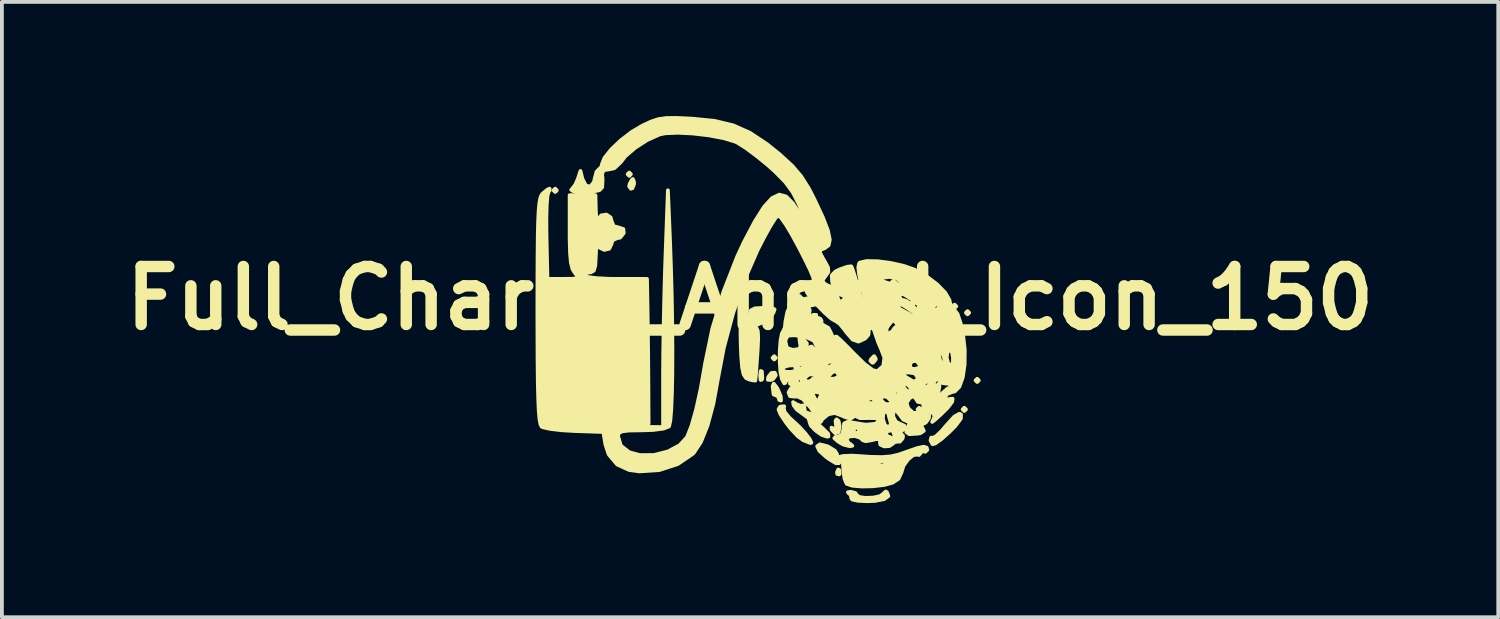
<source format=kicad_pcb>
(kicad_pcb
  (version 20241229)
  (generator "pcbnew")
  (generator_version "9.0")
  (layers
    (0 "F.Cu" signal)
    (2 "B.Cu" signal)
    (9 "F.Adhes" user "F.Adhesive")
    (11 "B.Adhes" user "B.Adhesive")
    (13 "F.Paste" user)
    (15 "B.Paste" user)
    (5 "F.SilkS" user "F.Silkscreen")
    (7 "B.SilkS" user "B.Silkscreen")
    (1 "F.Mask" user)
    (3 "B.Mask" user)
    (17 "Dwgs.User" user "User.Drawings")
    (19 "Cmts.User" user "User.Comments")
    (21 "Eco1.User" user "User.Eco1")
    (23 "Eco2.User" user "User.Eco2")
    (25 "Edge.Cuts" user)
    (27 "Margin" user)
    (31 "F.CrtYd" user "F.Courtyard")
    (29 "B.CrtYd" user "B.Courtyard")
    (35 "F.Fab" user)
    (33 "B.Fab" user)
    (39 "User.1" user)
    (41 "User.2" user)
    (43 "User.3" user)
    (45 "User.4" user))
  (footprint "Full_Charge_Ahead_Icon_150"
    (layer "F.Cu")
    (at 16.662 4.788)
    (property "Reference" "Full_Charge_Ahead_Icon_150" (at 0 0 0) (layer "F.SilkS") (effects (font (size 1.524 1.524) (thickness 0.3))))
    (attr through_hole)
    (fp_poly (pts (xy -5.08 -2.836) (xy -5.122 -2.794) (xy -5.165 -2.836) (xy -5.122 -2.879) (xy -5.08 -2.836)) (stroke (width 0.1) (type solid)) (fill yes) (layer "F.SilkS"))
    (fp_poly (pts (xy -3.133 -3.26) (xy -3.175 -3.217) (xy -3.217 -3.26) (xy -3.175 -3.302) (xy -3.133 -3.26)) (stroke (width 0.1) (type solid)) (fill yes) (layer "F.SilkS"))
    (fp_poly (pts (xy 0.677 1.566) (xy 0.635 1.609) (xy 0.593 1.566) (xy 0.635 1.524) (xy 0.677 1.566)) (stroke (width 0.1) (type solid)) (fill yes) (layer "F.SilkS"))
    (fp_poly (pts (xy 1.27 1.82) (xy 1.228 1.863) (xy 1.185 1.82) (xy 1.228 1.778) (xy 1.27 1.82)) (stroke (width 0.1) (type solid)) (fill yes) (layer "F.SilkS"))
    (fp_poly (pts (xy 4.318 0.127) (xy 4.276 0.169) (xy 4.233 0.127) (xy 4.276 0.085) (xy 4.318 0.127)) (stroke (width 0.1) (type solid)) (fill yes) (layer "F.SilkS"))
    (fp_poly (pts (xy 4.487 2.921) (xy 4.445 2.963) (xy 4.403 2.921) (xy 4.445 2.879) (xy 4.487 2.921)) (stroke (width 0.1) (type solid)) (fill yes) (layer "F.SilkS"))
    (fp_poly (pts (xy 5.419 0.212) (xy 5.376 0.254) (xy 5.334 0.212) (xy 5.376 0.169) (xy 5.419 0.212)) (stroke (width 0.1) (type solid)) (fill yes) (layer "F.SilkS"))
    (fp_poly (pts (xy 5.673 2.921) (xy 5.63 2.963) (xy 5.588 2.921) (xy 5.63 2.879) (xy 5.673 2.921)) (stroke (width 0.1) (type solid)) (fill yes) (layer "F.SilkS"))
    (fp_poly (pts (xy 5.757 0.381) (xy 5.715 0.423) (xy 5.673 0.381) (xy 5.715 0.339) (xy 5.757 0.381)) (stroke (width 0.1) (type solid)) (fill yes) (layer "F.SilkS"))
    (fp_poly (pts (xy 6.011 2.159) (xy 5.969 2.201) (xy 5.927 2.159) (xy 5.969 2.117) (xy 6.011 2.159)) (stroke (width 0.1) (type solid)) (fill yes) (layer "F.SilkS"))
    (fp_poly (pts (xy 0.321 2.1) (xy 0.31 2.138) (xy 0.279 2.148) (xy 0.267 2.032) (xy 0.281 1.912) (xy 0.31 1.926) (xy 0.321 2.1)) (stroke (width 0.1) (type solid)) (fill yes) (layer "F.SilkS"))
    (fp_poly (pts (xy 2.353 4.616) (xy 2.342 4.628) (xy 2.292 4.617) (xy 2.286 4.572) (xy 2.317 4.502) (xy 2.342 4.516) (xy 2.353 4.616)) (stroke (width 0.1) (type solid)) (fill yes) (layer "F.SilkS"))
    (fp_poly (pts (xy 0.677 2.023) (xy 0.61 2.116) (xy 0.555 2.146) (xy 0.469 2.142) (xy 0.479 2.07) (xy 0.561 1.966) (xy 0.649 1.957) (xy 0.677 2.023)) (stroke (width 0.1) (type solid)) (fill yes) (layer "F.SilkS"))
    (fp_poly (pts (xy 1.913 2.69) (xy 1.901 2.715) (xy 1.832 2.789) (xy 1.807 2.702) (xy 1.806 2.671) (xy 1.844 2.586) (xy 1.878 2.592) (xy 1.913 2.69)) (stroke (width 0.1) (type solid)) (fill yes) (layer "F.SilkS"))
    (fp_poly (pts (xy -3.048 -3.006) (xy -3.092 -2.893) (xy -3.13 -2.879) (xy -3.177 -2.941) (xy -3.163 -3.006) (xy -3.103 -3.117) (xy -3.081 -3.133) (xy -3.052 -3.064) (xy -3.048 -3.006)) (stroke (width 0.1) (type solid)) (fill yes) (layer "F.SilkS"))
    (fp_poly (pts (xy 3.302 1.609) (xy 3.237 1.69) (xy 3.212 1.693) (xy 3.162 1.641) (xy 3.175 1.609) (xy 3.251 1.528) (xy 3.265 1.524) (xy 3.301 1.59) (xy 3.302 1.609)) (stroke (width 0.1) (type solid)) (fill yes) (layer "F.SilkS"))
    (fp_poly (pts (xy 4.708 3.069) (xy 4.702 3.136) (xy 4.692 3.163) (xy 4.616 3.267) (xy 4.526 3.311) (xy 4.487 3.27) (xy 4.544 3.197) (xy 4.616 3.131) (xy 4.708 3.069)) (stroke (width 0.1) (type solid)) (fill yes) (layer "F.SilkS"))
    (fp_poly (pts (xy 2.352 3.35) (xy 2.328 3.516) (xy 2.243 3.55) (xy 2.151 3.458) (xy 2.14 3.401) (xy 2.203 3.43) (xy 2.279 3.449) (xy 2.262 3.361) (xy 2.247 3.224) (xy 2.272 3.184) (xy 2.325 3.224) (xy 2.352 3.35)) (stroke (width 0.1) (type solid)) (fill yes) (layer "F.SilkS"))
    (fp_poly (pts (xy 0.814 2.685) (xy 0.811 2.689) (xy 0.766 2.673) (xy 0.762 2.639) (xy 0.721 2.56) (xy 0.699 2.561) (xy 0.62 2.527) (xy 0.596 2.344) (xy 0.596 2.307) (xy 0.622 2.247) (xy 0.697 2.341) (xy 0.73 2.399) (xy 0.806 2.578) (xy 0.814 2.685)) (stroke (width 0.1) (type solid)) (fill yes) (layer "F.SilkS"))
    (fp_poly (pts (xy 5.543 3.054) (xy 5.541 3.159) (xy 5.402 3.347) (xy 5.238 3.514) (xy 5.03 3.699) (xy 4.87 3.814) (xy 4.795 3.835) (xy 4.744 3.736) (xy 4.761 3.664) (xy 4.805 3.669) (xy 4.887 3.629) (xy 5.034 3.488) (xy 5.163 3.337) (xy 5.366 3.113) (xy 5.5 3.037) (xy 5.543 3.054)) (stroke (width 0.1) (type solid)) (fill yes) (layer "F.SilkS"))
    (fp_poly (pts (xy 3.634 5.198) (xy 3.524 5.278) (xy 3.286 5.325) (xy 3.08 5.334) (xy 2.832 5.322) (xy 2.684 5.289) (xy 2.663 5.257) (xy 2.645 5.162) (xy 2.604 5.136) (xy 2.573 5.099) (xy 2.646 5.087) (xy 2.771 5.121) (xy 2.794 5.165) (xy 2.866 5.223) (xy 3.037 5.248) (xy 3.244 5.239) (xy 3.419 5.201) (xy 3.495 5.144) (xy 3.565 5.081) (xy 3.595 5.096) (xy 3.634 5.198)) (stroke (width 0.1) (type solid)) (fill yes) (layer "F.SilkS"))
    (fp_poly (pts (xy 1.611 3.795) (xy 1.59 3.805) (xy 1.503 3.772) (xy 1.397 3.73) (xy 1.254 3.624) (xy 1.101 3.461) (xy 1.101 3.26) (xy 1.058 3.217) (xy 1.016 3.26) (xy 1.058 3.302) (xy 1.101 3.26) (xy 1.101 3.461) (xy 1.069 3.428) (xy 0.953 3.279) (xy 0.802 3.053) (xy 0.749 2.925) (xy 0.783 2.859) (xy 0.81 2.846) (xy 0.896 2.84) (xy 0.884 2.887) (xy 0.909 2.99) (xy 1.039 3.146) (xy 1.134 3.232) (xy 1.301 3.387) (xy 1.456 3.558) (xy 1.569 3.706) (xy 1.611 3.795)) (stroke (width 0.1) (type solid)) (fill yes) (layer "F.SilkS"))
    (fp_poly (pts (xy 0.644 0.292) (xy 0.614 0.379) (xy 0.572 0.445) (xy 0.395 0.605) (xy 0.202 0.688) (xy 0.074 0.727) (xy 0.087 0.751) (xy 0.098 0.752) (xy 0.166 0.777) (xy 0.203 0.861) (xy 0.213 1.038) (xy 0.2 1.34) (xy 0.192 1.46) (xy 0.17 1.781) (xy 0.151 2.026) (xy 0.139 2.154) (xy 0.137 2.165) (xy 0.075 2.156) (xy 0.075 1.436) (xy 0.063 1.135) (xy 0.062 1.124) (xy 0.046 1.044) (xy 0.034 1.116) (xy 0.028 1.325) (xy 0.028 1.397) (xy 0.032 1.644) (xy 0.042 1.766) (xy 0.057 1.744) (xy 0.061 1.716) (xy 0.075 1.436) (xy 0.075 2.156) (xy 0.059 2.154) (xy -0.012 2.139) (xy -0.098 2.101) (xy -0.098 1.034) (xy -0.111 0.953) (xy -0.136 0.926) (xy -0.149 1.043) (xy -0.15 1.101) (xy -0.141 1.255) (xy -0.119 1.273) (xy -0.111 1.249) (xy -0.098 1.034) (xy -0.098 2.101) (xy -0.105 2.097) (xy -0.168 2.003) (xy -0.208 1.824) (xy -0.232 1.533) (xy -0.246 1.165) (xy -0.251 0.834) (xy -0.24 0.643) (xy -0.206 0.56) (xy -0.143 0.556) (xy -0.133 0.56) (xy -0.026 0.553) (xy 0 0.432) (xy 0.025 0.318) (xy 0.129 0.266) (xy 0.349 0.254) (xy 0.566 0.259) (xy 0.644 0.292)) (stroke (width 0.1) (type solid)) (fill yes) (layer "F.SilkS"))
    (fp_poly (pts (xy 4.657 3.984) (xy 4.605 4.035) (xy 4.572 4.022) (xy 4.494 4.031) (xy 4.487 4.064) (xy 4.436 4.12) (xy 4.406 4.108) (xy 4.289 4.122) (xy 4.148 4.238) (xy 4.03 4.406) (xy 3.979 4.574) (xy 3.979 4.574) (xy 3.901 4.744) (xy 3.747 4.846) (xy 3.725 4.852) (xy 3.725 4.614) (xy 3.683 4.572) (xy 3.641 4.614) (xy 3.641 4.369) (xy 3.574 4.305) (xy 3.441 4.284) (xy 3.343 4.321) (xy 3.342 4.322) (xy 3.37 4.385) (xy 3.466 4.403) (xy 3.607 4.389) (xy 3.641 4.369) (xy 3.641 4.614) (xy 3.683 4.657) (xy 3.725 4.614) (xy 3.725 4.852) (xy 3.556 4.898) (xy 3.556 4.699) (xy 3.514 4.657) (xy 3.471 4.699) (xy 3.514 4.741) (xy 3.556 4.699) (xy 3.556 4.898) (xy 3.526 4.906) (xy 3.387 4.922) (xy 3.387 4.784) (xy 3.344 4.741) (xy 3.302 4.784) (xy 3.344 4.826) (xy 3.387 4.784) (xy 3.387 4.922) (xy 3.236 4.94) (xy 3.217 4.941) (xy 3.217 4.699) (xy 3.175 4.657) (xy 3.133 4.699) (xy 3.175 4.741) (xy 3.217 4.699) (xy 3.217 4.941) (xy 3.048 4.945) (xy 3.048 4.614) (xy 3.006 4.572) (xy 2.963 4.614) (xy 3.006 4.657) (xy 3.048 4.614) (xy 3.048 4.945) (xy 2.948 4.947) (xy 2.948 4.372) (xy 2.935 4.346) (xy 2.835 4.336) (xy 2.822 4.346) (xy 2.834 4.397) (xy 2.879 4.403) (xy 2.948 4.372) (xy 2.948 4.947) (xy 2.937 4.947) (xy 2.694 4.927) (xy 2.694 4.287) (xy 2.681 4.262) (xy 2.581 4.251) (xy 2.568 4.262) (xy 2.58 4.312) (xy 2.625 4.318) (xy 2.694 4.287) (xy 2.694 4.927) (xy 2.685 4.926) (xy 2.539 4.875) (xy 2.536 4.873) (xy 2.483 4.742) (xy 2.452 4.518) (xy 2.449 4.449) (xy 2.435 4.256) (xy 2.403 4.22) (xy 2.385 4.254) (xy 2.335 4.335) (xy 2.253 4.333) (xy 2.096 4.238) (xy 2.008 4.176) (xy 1.821 4.01) (xy 1.765 3.89) (xy 1.835 3.841) (xy 2.025 3.888) (xy 2.061 3.904) (xy 2.229 4.008) (xy 2.286 4.1) (xy 2.214 4.147) (xy 2.187 4.149) (xy 2.127 4.18) (xy 2.139 4.199) (xy 2.245 4.208) (xy 2.299 4.183) (xy 2.449 4.146) (xy 2.685 4.137) (xy 2.749 4.141) (xy 3.173 4.169) (xy 3.475 4.175) (xy 3.703 4.156) (xy 3.904 4.11) (xy 4.086 4.046) (xy 4.387 3.941) (xy 4.562 3.902) (xy 4.642 3.927) (xy 4.657 3.984)) (stroke (width 0.1) (type solid)) (fill yes) (layer "F.SilkS"))
    (fp_poly (pts (xy 3.122 0.82) (xy 3.111 0.957) (xy 3.048 1.031) (xy 3.048 0.889) (xy 3.006 0.847) (xy 2.963 0.889) (xy 2.963 0.72) (xy 2.921 0.677) (xy 2.879 0.72) (xy 2.921 0.762) (xy 2.963 0.72) (xy 2.963 0.889) (xy 3.006 0.931) (xy 3.048 0.889) (xy 3.048 1.031) (xy 3.032 1.049) (xy 3.014 1.063) (xy 2.848 1.139) (xy 2.698 1.087) (xy 2.604 0.978) (xy 2.604 0.175) (xy 2.592 0.169) (xy 2.525 0.221) (xy 2.525 -0.061) (xy 2.467 -0.072) (xy 2.448 -0.068) (xy 2.355 -0.103) (xy 2.352 -0.154) (xy 2.324 -0.224) (xy 2.284 -0.21) (xy 2.242 -0.118) (xy 2.292 -0.035) (xy 2.339 0.063) (xy 2.277 0.077) (xy 2.15 0.006) (xy 2.117 -0.021) (xy 2.042 -0.082) (xy 2.075 -0.026) (xy 2.11 0.021) (xy 2.247 0.152) (xy 2.371 0.127) (xy 2.459 0.038) (xy 2.525 -0.061) (xy 2.525 0.221) (xy 2.515 0.229) (xy 2.498 0.254) (xy 2.476 0.333) (xy 2.488 0.339) (xy 2.565 0.279) (xy 2.582 0.254) (xy 2.604 0.175) (xy 2.604 0.978) (xy 2.54 0.905) (xy 2.54 0.635) (xy 2.498 0.593) (xy 2.455 0.635) (xy 2.498 0.677) (xy 2.54 0.635) (xy 2.54 0.905) (xy 2.529 0.892) (xy 2.498 0.846) (xy 2.371 0.689) (xy 2.371 0.296) (xy 2.328 0.254) (xy 2.286 0.296) (xy 2.328 0.339) (xy 2.371 0.296) (xy 2.371 0.689) (xy 2.362 0.678) (xy 2.248 0.595) (xy 2.236 0.593) (xy 2.134 0.534) (xy 1.962 0.382) (xy 1.78 0.194) (xy 1.587 -0.024) (xy 1.495 -0.155) (xy 1.492 -0.235) (xy 1.563 -0.301) (xy 1.584 -0.315) (xy 1.651 -0.369) (xy 1.678 -0.438) (xy 1.659 -0.55) (xy 1.583 -0.735) (xy 1.444 -1.019) (xy 1.292 -1.318) (xy 1.105 -1.664) (xy 0.938 -1.942) (xy 0.808 -2.124) (xy 0.734 -2.181) (xy 0.659 -2.097) (xy 0.53 -1.892) (xy 0.366 -1.597) (xy 0.196 -1.266) (xy -0.143 -0.488) (xy -0.445 0.389) (xy -0.688 1.295) (xy -0.845 2.117) (xy -0.966 2.779) (xy -1.116 3.338) (xy -1.289 3.772) (xy -1.477 4.06) (xy -1.502 4.086) (xy -1.9 4.357) (xy -2.384 4.515) (xy -2.907 4.55) (xy -3.175 4.514) (xy -3.492 4.369) (xy -3.716 4.102) (xy -3.801 3.843) (xy -3.855 3.514) (xy -4.611 3.489) (xy -4.962 3.468) (xy -5.254 3.433) (xy -5.441 3.391) (xy -5.478 3.373) (xy -5.508 3.313) (xy -5.533 3.18) (xy -5.553 2.96) (xy -5.567 2.638) (xy -5.578 2.2) (xy -5.584 1.631) (xy -5.587 0.917) (xy -5.588 0.334) (xy -5.587 -0.462) (xy -5.584 -1.106) (xy -5.579 -1.614) (xy -5.57 -2.003) (xy -5.556 -2.291) (xy -5.538 -2.493) (xy -5.514 -2.626) (xy -5.483 -2.708) (xy -5.455 -2.746) (xy -5.328 -2.852) (xy -5.269 -2.879) (xy -5.266 -2.833) (xy -5.296 -2.799) (xy -5.325 -2.686) (xy -5.345 -2.437) (xy -5.354 -2.082) (xy -5.351 -1.654) (xy -5.35 -1.613) (xy -5.325 -0.508) (xy -4.893 -0.508) (xy -4.644 -0.512) (xy -4.536 -0.534) (xy -4.54 -0.589) (xy -4.601 -0.663) (xy -4.666 -0.767) (xy -4.707 -0.931) (xy -4.731 -1.187) (xy -4.741 -1.568) (xy -4.741 -1.764) (xy -4.741 -2.709) (xy -4.403 -2.709) (xy -4.064 -2.709) (xy -4.054 -2.307) (xy -4.042 -2.106) (xy -4.021 -2.027) (xy -4.006 -2.053) (xy -3.913 -2.177) (xy -3.775 -2.198) (xy -3.664 -2.123) (xy -3.641 -2.032) (xy -3.582 -1.891) (xy -3.465 -1.863) (xy -3.331 -1.818) (xy -3.32 -1.714) (xy -3.414 -1.595) (xy -3.496 -1.578) (xy -3.618 -1.522) (xy -3.641 -1.43) (xy -3.7 -1.304) (xy -3.831 -1.271) (xy -3.959 -1.333) (xy -4.006 -1.418) (xy -4.028 -1.427) (xy -4.046 -1.296) (xy -4.054 -1.122) (xy -4.068 -0.86) (xy -4.106 -0.727) (xy -4.186 -0.681) (xy -4.238 -0.677) (xy -4.355 -0.645) (xy -4.36 -0.593) (xy -4.258 -0.556) (xy -4.026 -0.527) (xy -3.704 -0.51) (xy -3.509 -0.508) (xy -2.709 -0.508) (xy -2.694 0.318) (xy -2.688 0.751) (xy -2.681 1.279) (xy -2.676 1.828) (xy -2.673 2.22) (xy -2.667 3.297) (xy -3.895 3.323) (xy -5.122 3.349) (xy -3.704 3.368) (xy -2.286 3.387) (xy -2.286 2.011) (xy -2.282 1.461) (xy -2.272 0.802) (xy -2.257 0.094) (xy -2.239 -0.604) (xy -2.222 -1.101) (xy -2.159 -2.836) (xy -2.106 -1.566) (xy -2.079 -0.796) (xy -2.058 -0.036) (xy -2.046 0.695) (xy -2.041 1.376) (xy -2.044 1.988) (xy -2.054 2.513) (xy -2.072 2.929) (xy -2.096 3.219) (xy -2.128 3.362) (xy -2.134 3.37) (xy -2.275 3.425) (xy -2.545 3.461) (xy -2.853 3.471) (xy -3.175 3.476) (xy -3.362 3.497) (xy -3.449 3.542) (xy -3.471 3.62) (xy -3.471 3.624) (xy -3.396 3.875) (xy -3.177 4.047) (xy -2.896 4.123) (xy -2.523 4.12) (xy -2.156 4.026) (xy -1.849 3.862) (xy -1.656 3.65) (xy -1.539 3.355) (xy -1.417 2.924) (xy -1.299 2.39) (xy -1.193 1.787) (xy -1.185 1.736) (xy -0.993 0.807) (xy -0.702 -0.162) (xy -0.337 -1.095) (xy -0.161 -1.473) (xy 0.123 -2.013) (xy 0.365 -2.397) (xy 0.577 -2.631) (xy 0.768 -2.722) (xy 0.947 -2.674) (xy 1.124 -2.495) (xy 1.232 -2.328) (xy 1.362 -2.114) (xy 1.456 -1.976) (xy 1.483 -1.947) (xy 1.466 -2.018) (xy 1.395 -2.203) (xy 1.286 -2.464) (xy 1.284 -2.467) (xy 1.125 -2.782) (xy 0.926 -3.055) (xy 0.646 -3.339) (xy 0.473 -3.493) (xy 0.177 -3.735) (xy -0.104 -3.944) (xy -0.326 -4.085) (xy -0.383 -4.113) (xy -0.686 -4.206) (xy -1.076 -4.28) (xy -1.499 -4.33) (xy -1.901 -4.35) (xy -2.229 -4.336) (xy -2.377 -4.305) (xy -2.702 -4.159) (xy -3.02 -3.954) (xy -3.278 -3.732) (xy -3.397 -3.577) (xy -3.568 -3.417) (xy -3.707 -3.387) (xy -3.85 -3.365) (xy -3.89 -3.264) (xy -3.877 -3.136) (xy -3.886 -2.918) (xy -3.959 -2.84) (xy -4.107 -2.809) (xy -4.307 -2.796) (xy -4.508 -2.8) (xy -4.656 -2.818) (xy -4.699 -2.85) (xy -4.689 -2.859) (xy -4.593 -2.982) (xy -4.526 -3.133) (xy -4.457 -3.344) (xy -4.405 -3.133) (xy -4.314 -2.959) (xy -4.196 -2.934) (xy -4.102 -3.053) (xy -4.08 -3.154) (xy -4.035 -3.323) (xy -3.974 -3.387) (xy -3.904 -3.455) (xy -3.895 -3.513) (xy -3.827 -3.686) (xy -3.649 -3.91) (xy -3.396 -4.151) (xy -3.102 -4.376) (xy -2.824 -4.539) (xy -2.598 -4.644) (xy -2.406 -4.707) (xy -2.196 -4.736) (xy -1.919 -4.738) (xy -1.524 -4.719) (xy -1.524 -4.719) (xy -0.936 -4.661) (xy -0.448 -4.545) (xy -0.006 -4.349) (xy 0.444 -4.051) (xy 0.781 -3.779) (xy 1.103 -3.485) (xy 1.341 -3.208) (xy 1.546 -2.882) (xy 1.691 -2.6) (xy 1.912 -2.126) (xy 2.046 -1.778) (xy 2.095 -1.538) (xy 2.063 -1.389) (xy 1.96 -1.316) (xy 1.85 -1.272) (xy 1.833 -1.205) (xy 1.907 -1.062) (xy 1.948 -0.994) (xy 2.049 -0.807) (xy 2.057 -0.691) (xy 1.98 -0.582) (xy 1.898 -0.464) (xy 1.952 -0.385) (xy 2.028 -0.341) (xy 2.155 -0.288) (xy 2.177 -0.351) (xy 2.156 -0.448) (xy 2.148 -0.602) (xy 2.247 -0.704) (xy 2.367 -0.761) (xy 2.553 -0.826) (xy 2.658 -0.839) (xy 2.662 -0.837) (xy 2.701 -0.741) (xy 2.771 -0.516) (xy 2.863 -0.198) (xy 2.966 0.178) (xy 3.071 0.577) (xy 3.072 0.582) (xy 3.122 0.82)) (stroke (width 0.1) (type solid)) (fill yes) (layer "F.SilkS"))
    (fp_poly (pts (xy 5.642 1.352) (xy 5.638 1.744) (xy 5.589 2.079) (xy 5.588 2.083) (xy 5.588 1.651) (xy 5.546 1.609) (xy 5.503 1.651) (xy 5.546 1.693) (xy 5.588 1.651) (xy 5.588 2.083) (xy 5.573 2.125) (xy 5.573 1.832) (xy 5.56 1.806) (xy 5.459 1.796) (xy 5.447 1.806) (xy 5.459 1.857) (xy 5.503 1.863) (xy 5.573 1.832) (xy 5.573 2.125) (xy 5.501 2.325) (xy 5.404 2.424) (xy 5.404 1.154) (xy 5.39 1.129) (xy 5.29 1.119) (xy 5.278 1.129) (xy 5.289 1.179) (xy 5.334 1.185) (xy 5.404 1.154) (xy 5.404 2.424) (xy 5.38 2.448) (xy 5.337 2.455) (xy 5.334 2.456) (xy 5.334 1.566) (xy 5.305 1.407) (xy 5.249 1.355) (xy 5.183 1.422) (xy 5.167 1.567) (xy 5.206 1.703) (xy 5.221 1.722) (xy 5.298 1.772) (xy 5.33 1.694) (xy 5.334 1.566) (xy 5.334 2.456) (xy 5.322 2.461) (xy 5.322 2.352) (xy 5.299 2.306) (xy 5.204 2.235) (xy 5.165 2.244) (xy 5.112 2.236) (xy 5.112 1.707) (xy 5.101 1.566) (xy 5.065 1.457) (xy 5.065 1.239) (xy 5.059 1.228) (xy 5.059 0.344) (xy 5.048 0.339) (xy 4.988 0.385) (xy 4.988 0.138) (xy 4.922 0.129) (xy 4.828 0.21) (xy 4.819 0.227) (xy 4.819 -0.004) (xy 4.81 -0.045) (xy 4.747 -0.019) (xy 4.704 0.06) (xy 4.679 0.159) (xy 4.741 0.118) (xy 4.752 0.107) (xy 4.819 -0.004) (xy 4.819 0.227) (xy 4.773 0.316) (xy 4.811 0.339) (xy 4.935 0.276) (xy 4.956 0.248) (xy 4.988 0.138) (xy 4.988 0.385) (xy 4.97 0.398) (xy 4.953 0.423) (xy 4.931 0.502) (xy 4.943 0.508) (xy 5.02 0.448) (xy 5.038 0.423) (xy 5.059 0.344) (xy 5.059 1.228) (xy 5.052 1.214) (xy 4.951 1.203) (xy 4.939 1.214) (xy 4.951 1.264) (xy 4.995 1.27) (xy 5.065 1.239) (xy 5.065 1.457) (xy 5.049 1.407) (xy 4.997 1.355) (xy 4.964 1.425) (xy 4.975 1.566) (xy 5.026 1.725) (xy 5.078 1.778) (xy 5.112 1.707) (xy 5.112 2.236) (xy 5.061 2.23) (xy 5.039 2.203) (xy 4.928 2.119) (xy 4.842 2.18) (xy 4.827 2.265) (xy 4.842 2.363) (xy 4.904 2.307) (xy 4.919 2.286) (xy 4.974 2.233) (xy 4.975 2.321) (xy 4.959 2.413) (xy 4.908 2.667) (xy 5.068 2.48) (xy 5.202 2.365) (xy 5.295 2.353) (xy 5.322 2.352) (xy 5.322 2.461) (xy 5.183 2.514) (xy 5.136 2.578) (xy 5.139 2.664) (xy 5.211 2.654) (xy 5.322 2.64) (xy 5.312 2.72) (xy 5.192 2.878) (xy 5.016 3.052) (xy 4.859 3.193) (xy 4.786 3.25) (xy 4.798 3.228) (xy 4.853 3.095) (xy 4.809 3.021) (xy 4.809 1.541) (xy 4.797 1.503) (xy 4.767 1.492) (xy 4.755 1.609) (xy 4.768 1.729) (xy 4.797 1.714) (xy 4.809 1.541) (xy 4.809 3.021) (xy 4.801 3.008) (xy 4.741 2.992) (xy 4.741 2.667) (xy 4.734 2.66) (xy 4.734 2.17) (xy 4.668 2.161) (xy 4.654 2.174) (xy 4.654 -0.252) (xy 4.573 -0.205) (xy 4.554 -0.189) (xy 4.487 -0.156) (xy 4.487 -0.296) (xy 4.445 -0.339) (xy 4.403 -0.296) (xy 4.445 -0.254) (xy 4.487 -0.296) (xy 4.487 -0.156) (xy 4.448 -0.137) (xy 4.349 -0.205) (xy 4.277 -0.306) (xy 4.155 -0.449) (xy 4.073 -0.437) (xy 4.067 -0.427) (xy 4 -0.377) (xy 3.955 -0.449) (xy 3.846 -0.531) (xy 3.652 -0.56) (xy 3.451 -0.534) (xy 3.329 -0.464) (xy 3.308 -0.423) (xy 3.334 -0.442) (xy 3.46 -0.455) (xy 3.567 -0.417) (xy 3.697 -0.377) (xy 3.725 -0.426) (xy 3.773 -0.451) (xy 3.858 -0.387) (xy 4.012 -0.279) (xy 4.102 -0.254) (xy 4.244 -0.194) (xy 4.32 -0.124) (xy 4.471 -0.027) (xy 4.6 -0.087) (xy 4.644 -0.175) (xy 4.654 -0.252) (xy 4.654 2.174) (xy 4.642 2.184) (xy 4.642 1.324) (xy 4.628 1.298) (xy 4.528 1.288) (xy 4.516 1.298) (xy 4.527 1.349) (xy 4.572 1.355) (xy 4.642 1.324) (xy 4.642 2.184) (xy 4.574 2.242) (xy 4.519 2.348) (xy 4.557 2.371) (xy 4.681 2.308) (xy 4.702 2.28) (xy 4.734 2.17) (xy 4.734 2.66) (xy 4.699 2.625) (xy 4.657 2.667) (xy 4.699 2.709) (xy 4.741 2.667) (xy 4.741 2.992) (xy 4.688 2.978) (xy 4.569 3.056) (xy 4.558 3.074) (xy 4.558 2.846) (xy 4.549 2.74) (xy 4.504 2.741) (xy 4.487 2.738) (xy 4.487 0.253) (xy 4.421 0.162) (xy 4.263 0.036) (xy 4.073 -0.085) (xy 3.909 -0.161) (xy 3.863 -0.169) (xy 3.847 -0.118) (xy 3.896 -0.04) (xy 3.999 0.049) (xy 4.041 0.051) (xy 4.12 0.076) (xy 4.24 0.176) (xy 4.399 0.314) (xy 4.474 0.32) (xy 4.487 0.253) (xy 4.487 2.738) (xy 4.468 2.734) (xy 4.468 1.762) (xy 4.412 1.693) (xy 4.412 0.544) (xy 4.404 0.471) (xy 4.264 0.343) (xy 4.116 0.243) (xy 3.862 0.089) (xy 3.718 0.017) (xy 3.654 0.016) (xy 3.641 0.071) (xy 3.71 0.147) (xy 3.885 0.256) (xy 3.978 0.304) (xy 4.183 0.416) (xy 4.304 0.509) (xy 4.317 0.534) (xy 4.372 0.563) (xy 4.412 0.544) (xy 4.412 1.693) (xy 4.373 1.644) (xy 4.256 1.658) (xy 4.218 1.712) (xy 4.218 1.408) (xy 4.205 1.383) (xy 4.105 1.373) (xy 4.092 1.383) (xy 4.104 1.433) (xy 4.149 1.439) (xy 4.218 1.408) (xy 4.218 1.712) (xy 4.204 1.732) (xy 4.214 1.838) (xy 4.328 1.863) (xy 4.453 1.823) (xy 4.468 1.762) (xy 4.468 2.734) (xy 4.409 2.722) (xy 4.403 2.711) (xy 4.403 2.413) (xy 4.403 2.074) (xy 4.328 1.973) (xy 4.17 1.95) (xy 4.064 1.956) (xy 4.064 0.595) (xy 4.02 0.422) (xy 3.874 0.373) (xy 3.733 0.397) (xy 3.61 0.449) (xy 3.643 0.512) (xy 3.655 0.52) (xy 3.716 0.612) (xy 3.683 0.656) (xy 3.594 0.773) (xy 3.583 0.889) (xy 3.643 0.931) (xy 3.746 0.863) (xy 3.781 0.799) (xy 3.881 0.708) (xy 3.948 0.712) (xy 4.045 0.688) (xy 4.064 0.595) (xy 4.064 1.956) (xy 4.012 1.959) (xy 4.007 2.001) (xy 4.101 2.077) (xy 4.29 2.188) (xy 4.386 2.163) (xy 4.403 2.074) (xy 4.403 2.413) (xy 4.36 2.371) (xy 4.318 2.413) (xy 4.36 2.455) (xy 4.403 2.413) (xy 4.403 2.711) (xy 4.368 2.657) (xy 4.301 2.568) (xy 4.233 2.603) (xy 4.233 2.38) (xy 4.166 2.287) (xy 4.111 2.257) (xy 4.025 2.261) (xy 4.035 2.333) (xy 4.117 2.437) (xy 4.205 2.446) (xy 4.233 2.38) (xy 4.233 2.603) (xy 4.192 2.624) (xy 4.113 2.751) (xy 4.156 2.893) (xy 4.29 3.015) (xy 4.444 3.008) (xy 4.55 2.879) (xy 4.558 2.846) (xy 4.558 3.074) (xy 4.487 3.193) (xy 4.486 3.333) (xy 4.507 3.368) (xy 4.566 3.484) (xy 4.478 3.544) (xy 4.403 3.558) (xy 4.318 3.563) (xy 4.318 3.429) (xy 4.276 3.387) (xy 4.233 3.429) (xy 4.276 3.471) (xy 4.318 3.429) (xy 4.318 3.563) (xy 4.185 3.571) (xy 4.108 3.517) (xy 4.149 3.385) (xy 4.198 3.258) (xy 4.141 3.237) (xy 4.138 3.237) (xy 4.027 3.188) (xy 3.947 3.081) (xy 3.947 2.611) (xy 3.891 2.447) (xy 3.819 2.388) (xy 3.745 2.391) (xy 3.776 2.466) (xy 3.848 2.605) (xy 3.862 2.646) (xy 3.892 2.77) (xy 3.925 2.794) (xy 3.946 2.722) (xy 3.947 2.611) (xy 3.947 3.081) (xy 3.932 3.062) (xy 3.841 2.945) (xy 3.777 2.948) (xy 3.758 3.103) (xy 3.835 3.249) (xy 3.946 3.302) (xy 4.053 3.35) (xy 4.036 3.447) (xy 3.958 3.5) (xy 3.899 3.539) (xy 3.956 3.549) (xy 4.02 3.617) (xy 4.01 3.683) (xy 3.933 3.77) (xy 3.892 3.766) (xy 3.795 3.781) (xy 3.795 3.612) (xy 3.759 3.492) (xy 3.71 3.477) (xy 3.71 2.745) (xy 3.707 2.696) (xy 3.604 2.598) (xy 3.536 2.577) (xy 3.438 2.607) (xy 3.444 2.675) (xy 3.529 2.767) (xy 3.641 2.792) (xy 3.71 2.745) (xy 3.71 3.477) (xy 3.704 3.476) (xy 3.704 3.329) (xy 3.692 3.253) (xy 3.646 3.091) (xy 3.641 3.041) (xy 3.576 2.965) (xy 3.557 2.963) (xy 3.5 3.035) (xy 3.491 3.175) (xy 3.544 3.334) (xy 3.626 3.387) (xy 3.704 3.329) (xy 3.704 3.476) (xy 3.689 3.471) (xy 3.573 3.515) (xy 3.556 3.556) (xy 3.623 3.636) (xy 3.662 3.642) (xy 3.708 3.672) (xy 3.641 3.733) (xy 3.557 3.8) (xy 3.614 3.795) (xy 3.641 3.788) (xy 3.766 3.684) (xy 3.795 3.612) (xy 3.795 3.781) (xy 3.791 3.782) (xy 3.769 3.809) (xy 3.661 3.884) (xy 3.521 3.893) (xy 3.422 3.844) (xy 3.414 3.775) (xy 3.415 3.7) (xy 3.307 3.702) (xy 3.279 3.709) (xy 3.279 3.505) (xy 3.166 3.485) (xy 3.117 3.498) (xy 3.085 3.536) (xy 3.168 3.549) (xy 3.278 3.534) (xy 3.279 3.505) (xy 3.279 3.709) (xy 3.212 3.727) (xy 3.04 3.757) (xy 2.964 3.732) (xy 2.963 3.729) (xy 2.891 3.664) (xy 2.879 3.66) (xy 2.879 3.471) (xy 2.814 3.389) (xy 2.794 3.387) (xy 2.712 3.451) (xy 2.709 3.471) (xy 2.774 3.554) (xy 2.794 3.556) (xy 2.876 3.492) (xy 2.879 3.471) (xy 2.879 3.66) (xy 2.752 3.62) (xy 2.592 3.634) (xy 2.532 3.717) (xy 2.599 3.815) (xy 2.646 3.839) (xy 2.687 3.877) (xy 2.62 3.888) (xy 2.451 3.845) (xy 2.323 3.77) (xy 2.215 3.678) (xy 2.242 3.647) (xy 2.307 3.643) (xy 2.428 3.575) (xy 2.455 3.431) (xy 2.473 3.291) (xy 2.559 3.25) (xy 2.731 3.273) (xy 2.931 3.308) (xy 3.045 3.323) (xy 3.048 3.323) (xy 3.281 3.302) (xy 3.378 3.245) (xy 3.387 3.208) (xy 3.311 3.15) (xy 3.302 3.15) (xy 3.302 2.752) (xy 3.234 2.639) (xy 3.175 2.625) (xy 3.062 2.673) (xy 3.048 2.714) (xy 3.1 2.765) (xy 3.133 2.752) (xy 3.211 2.758) (xy 3.217 2.789) (xy 3.248 2.875) (xy 3.26 2.879) (xy 3.297 2.81) (xy 3.302 2.752) (xy 3.302 3.15) (xy 3.107 3.147) (xy 3.09 3.149) (xy 2.887 3.15) (xy 2.794 3.103) (xy 2.793 3.094) (xy 2.759 3.068) (xy 2.726 3.109) (xy 2.64 3.165) (xy 2.485 3.119) (xy 2.426 3.09) (xy 2.371 3.069) (xy 2.371 2.582) (xy 2.328 2.54) (xy 2.32 2.549) (xy 2.32 2.076) (xy 2.316 1.988) (xy 2.268 1.931) (xy 2.268 1.311) (xy 2.258 1.298) (xy 2.207 1.31) (xy 2.201 1.355) (xy 2.232 1.424) (xy 2.258 1.411) (xy 2.268 1.311) (xy 2.268 1.931) (xy 2.246 1.905) (xy 2.201 1.928) (xy 2.201 1.732) (xy 2.146 1.661) (xy 2.117 1.666) (xy 2.117 1.402) (xy 2.057 1.33) (xy 2.032 1.312) (xy 1.954 1.319) (xy 1.947 1.35) (xy 2.009 1.436) (xy 2.032 1.439) (xy 2.114 1.41) (xy 2.117 1.402) (xy 2.117 1.666) (xy 2.044 1.679) (xy 2.003 1.732) (xy 2.007 1.817) (xy 2.079 1.807) (xy 2.187 1.75) (xy 2.201 1.732) (xy 2.201 1.928) (xy 2.149 1.956) (xy 2.043 2.065) (xy 2.089 2.111) (xy 2.199 2.117) (xy 2.32 2.076) (xy 2.32 2.549) (xy 2.286 2.582) (xy 2.328 2.625) (xy 2.371 2.582) (xy 2.371 3.069) (xy 2.225 3.015) (xy 2.201 3.02) (xy 2.201 2.715) (xy 2.157 2.736) (xy 2.095 2.783) (xy 1.987 2.88) (xy 1.987 2.675) (xy 1.942 2.58) (xy 1.942 2.195) (xy 1.916 2.154) (xy 1.857 2.088) (xy 1.778 2.043) (xy 1.778 1.825) (xy 1.755 1.797) (xy 1.755 1.27) (xy 1.68 1.117) (xy 1.471 1.019) (xy 1.355 1.001) (xy 1.355 0.381) (xy 1.312 0.339) (xy 1.27 0.381) (xy 1.312 0.423) (xy 1.355 0.381) (xy 1.355 1.001) (xy 1.165 0.972) (xy 0.995 0.982) (xy 0.935 1.079) (xy 0.931 1.153) (xy 0.968 1.306) (xy 1.109 1.354) (xy 1.149 1.355) (xy 1.302 1.332) (xy 1.326 1.238) (xy 1.313 1.186) (xy 1.297 1.065) (xy 1.385 1.065) (xy 1.394 1.069) (xy 1.492 1.184) (xy 1.485 1.301) (xy 1.468 1.401) (xy 1.49 1.376) (xy 1.586 1.278) (xy 1.621 1.27) (xy 1.665 1.322) (xy 1.651 1.355) (xy 1.655 1.433) (xy 1.683 1.439) (xy 1.746 1.369) (xy 1.755 1.27) (xy 1.755 1.797) (xy 1.719 1.753) (xy 1.693 1.736) (xy 1.615 1.742) (xy 1.609 1.773) (xy 1.67 1.859) (xy 1.693 1.863) (xy 1.776 1.834) (xy 1.778 1.825) (xy 1.778 2.043) (xy 1.709 2.003) (xy 1.549 2.003) (xy 1.506 2.036) (xy 1.506 1.724) (xy 1.471 1.707) (xy 1.353 1.727) (xy 1.127 1.76) (xy 0.995 1.772) (xy 0.869 1.817) (xy 0.847 1.863) (xy 0.914 1.932) (xy 1.075 1.938) (xy 1.269 1.886) (xy 1.395 1.815) (xy 1.506 1.724) (xy 1.506 2.036) (xy 1.448 2.082) (xy 1.439 2.126) (xy 1.493 2.197) (xy 1.6 2.17) (xy 1.654 2.113) (xy 1.754 2.076) (xy 1.849 2.129) (xy 1.942 2.195) (xy 1.942 2.58) (xy 1.938 2.571) (xy 1.819 2.481) (xy 1.702 2.456) (xy 1.645 2.499) (xy 1.666 2.561) (xy 1.735 2.697) (xy 1.745 2.731) (xy 1.767 2.847) (xy 1.829 2.845) (xy 1.906 2.793) (xy 1.987 2.675) (xy 1.987 2.88) (xy 1.978 2.888) (xy 1.947 2.931) (xy 1.989 2.957) (xy 2.101 2.848) (xy 2.127 2.815) (xy 2.201 2.715) (xy 2.201 3.02) (xy 2.068 3.047) (xy 2.027 3.071) (xy 1.897 3.178) (xy 1.863 3.243) (xy 1.805 3.274) (xy 1.757 3.255) (xy 1.745 3.266) (xy 1.842 3.361) (xy 1.905 3.417) (xy 2.054 3.565) (xy 2.058 3.632) (xy 2.027 3.638) (xy 1.883 3.591) (xy 1.722 3.476) (xy 1.595 3.341) (xy 1.558 3.234) (xy 1.562 3.225) (xy 1.527 3.142) (xy 1.399 3.049) (xy 1.227 2.922) (xy 1.146 2.812) (xy 1.131 2.731) (xy 1.212 2.781) (xy 1.34 2.833) (xy 1.391 2.814) (xy 1.431 2.821) (xy 1.425 2.875) (xy 1.445 2.986) (xy 1.482 3.003) (xy 1.623 3.049) (xy 1.688 3.085) (xy 1.714 3.072) (xy 1.648 2.956) (xy 1.609 2.902) (xy 1.609 2.328) (xy 1.566 2.286) (xy 1.524 2.328) (xy 1.566 2.371) (xy 1.609 2.328) (xy 1.609 2.902) (xy 1.57 2.849) (xy 1.385 2.645) (xy 1.355 2.631) (xy 1.355 2.413) (xy 1.355 2.154) (xy 1.313 2.067) (xy 1.269 2.075) (xy 1.22 2.177) (xy 1.231 2.207) (xy 1.313 2.282) (xy 1.353 2.197) (xy 1.355 2.154) (xy 1.355 2.413) (xy 1.312 2.371) (xy 1.27 2.413) (xy 1.312 2.455) (xy 1.355 2.413) (xy 1.355 2.631) (xy 1.236 2.577) (xy 1.185 2.584) (xy 1.185 2.498) (xy 1.143 2.455) (xy 1.101 2.498) (xy 1.143 2.54) (xy 1.185 2.498) (xy 1.185 2.584) (xy 1.174 2.586) (xy 1.05 2.572) (xy 1.012 2.476) (xy 1.075 2.368) (xy 1.122 2.342) (xy 1.18 2.304) (xy 1.117 2.293) (xy 1.047 2.239) (xy 1.058 2.201) (xy 1.052 2.123) (xy 1.021 2.117) (xy 0.934 2.184) (xy 0.926 2.223) (xy 0.897 2.235) (xy 0.837 2.119) (xy 0.798 1.935) (xy 0.78 1.669) (xy 0.781 1.376) (xy 0.801 1.111) (xy 0.837 0.926) (xy 0.867 0.876) (xy 0.915 0.771) (xy 0.931 0.607) (xy 0.981 0.355) (xy 1.063 0.188) (xy 1.144 0.021) (xy 1.144 -0.084) (xy 1.124 -0.153) (xy 1.191 -0.134) (xy 1.304 -0.054) (xy 1.423 0.063) (xy 1.482 0.14) (xy 1.569 0.314) (xy 1.545 0.445) (xy 1.513 0.492) (xy 1.447 0.586) (xy 1.491 0.558) (xy 1.524 0.529) (xy 1.664 0.436) (xy 1.738 0.438) (xy 1.71 0.528) (xy 1.687 0.558) (xy 1.619 0.659) (xy 1.675 0.675) (xy 1.698 0.672) (xy 1.895 0.689) (xy 2.058 0.78) (xy 2.117 0.893) (xy 2.18 1.038) (xy 2.214 1.066) (xy 2.274 1.074) (xy 2.251 1.008) (xy 2.276 1.011) (xy 2.395 1.117) (xy 2.585 1.306) (xy 2.702 1.428) (xy 3.01 1.73) (xy 3.227 1.892) (xy 3.345 1.917) (xy 3.502 1.78) (xy 3.53 1.562) (xy 3.447 1.34) (xy 3.371 1.164) (xy 3.267 0.866) (xy 3.151 0.49) (xy 3.045 0.115) (xy 2.931 -0.324) (xy 2.866 -0.626) (xy 2.845 -0.814) (xy 2.865 -0.914) (xy 2.887 -0.937) (xy 3.066 -0.977) (xy 3.352 -0.972) (xy 3.692 -0.928) (xy 4.035 -0.851) (xy 4.311 -0.755) (xy 4.628 -0.582) (xy 4.913 -0.367) (xy 5.13 -0.144) (xy 5.242 0.052) (xy 5.249 0.104) (xy 5.307 0.258) (xy 5.37 0.306) (xy 5.451 0.413) (xy 5.533 0.656) (xy 5.595 0.938) (xy 5.642 1.352)) (stroke (width 0.1) (type solid)) (fill yes) (layer "F.SilkS")))
  (gr_rect
    (start -3 -3)
    (end 36.325 13.172)
    (stroke (width 0.1) (type default))
    (fill no)
    (layer "Edge.Cuts")))
</source>
